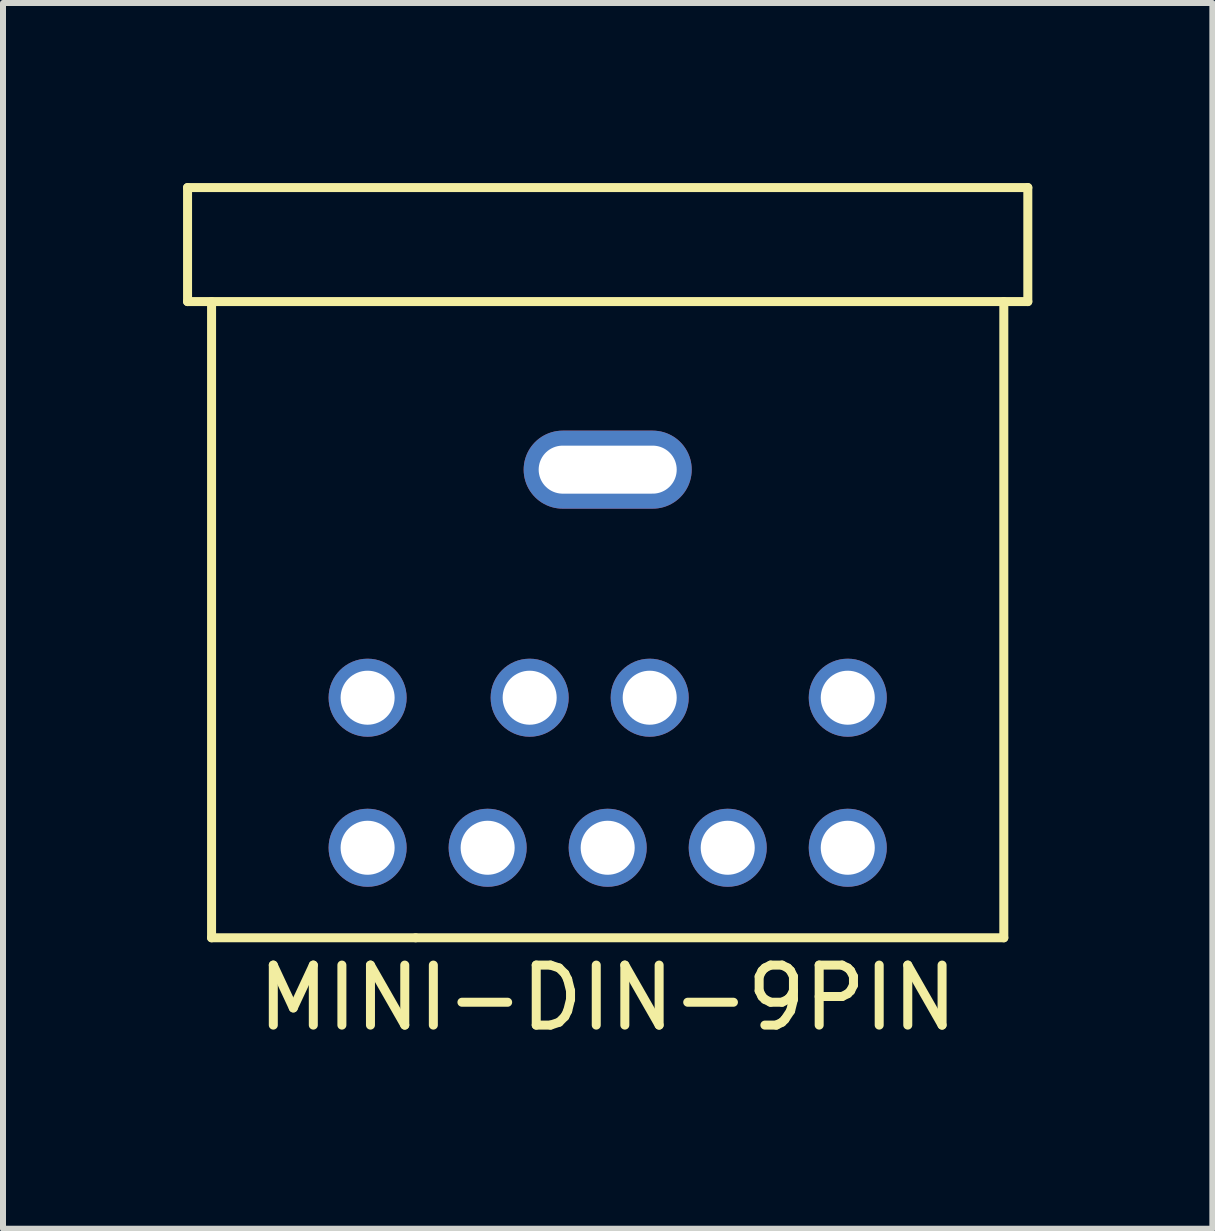
<source format=kicad_pcb>
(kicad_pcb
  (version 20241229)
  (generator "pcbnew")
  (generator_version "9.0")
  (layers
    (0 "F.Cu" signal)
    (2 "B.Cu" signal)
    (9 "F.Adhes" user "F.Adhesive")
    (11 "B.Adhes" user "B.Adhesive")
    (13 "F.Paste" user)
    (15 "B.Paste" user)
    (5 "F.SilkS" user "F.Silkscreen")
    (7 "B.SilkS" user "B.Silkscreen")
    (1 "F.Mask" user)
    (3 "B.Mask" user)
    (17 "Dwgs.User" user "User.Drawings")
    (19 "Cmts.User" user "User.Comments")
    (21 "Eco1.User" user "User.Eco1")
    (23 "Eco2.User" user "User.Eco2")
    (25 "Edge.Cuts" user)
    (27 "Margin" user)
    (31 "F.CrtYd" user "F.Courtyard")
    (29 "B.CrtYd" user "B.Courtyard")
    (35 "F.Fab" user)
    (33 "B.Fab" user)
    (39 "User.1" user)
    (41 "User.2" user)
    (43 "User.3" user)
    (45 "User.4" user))
  (footprint "MINI-DIN-9PIN"
    (layer "F.Cu")
    (at 7.075 11.075)
    (property "Reference" "MINI-DIN-9PIN" (at 0 2.5 0) (layer "F.SilkS") (effects (font (size 1 1) (thickness 0.15))))
    (attr through_hole)
    (fp_line (start -7 -11) (end 7 -11) (stroke (width 0.15) (type solid)) (layer "F.SilkS"))
    (fp_line (start -7 -9.1) (end -7 -11) (stroke (width 0.15) (type solid)) (layer "F.SilkS"))
    (fp_line (start -7 -9.1) (end 7 -9.1) (stroke (width 0.15) (type solid)) (layer "F.SilkS"))
    (fp_line (start -6.6 -9.1) (end -6.6 1.5) (stroke (width 0.15) (type solid)) (layer "F.SilkS"))
    (fp_line (start -3.2 1.5) (end -6.6 1.5) (stroke (width 0.15) (type solid)) (layer "F.SilkS"))
    (fp_line (start 6.6 -9.1) (end 6.6 1.5) (stroke (width 0.15) (type solid)) (layer "F.SilkS"))
    (fp_line (start 6.6 1.5) (end -3.2 1.5) (stroke (width 0.15) (type solid)) (layer "F.SilkS"))
    (fp_line (start 7 -9.1) (end 7 -11) (stroke (width 0.15) (type solid)) (layer "F.SilkS"))
    (pad "1" thru_hole circle (at -1.3 -2.5) (size 1.3 1.3) (drill 0.9) (layers "*.Cu" "*.Mask"))
    (pad "2" thru_hole circle (at 0.7 -2.5) (size 1.3 1.3) (drill 0.9) (layers "*.Cu" "*.Mask"))
    (pad "3" thru_hole circle (at -4 -2.5) (size 1.3 1.3) (drill 0.9) (layers "*.Cu" "*.Mask"))
    (pad "4" thru_hole circle (at -2 0) (size 1.3 1.3) (drill 0.9) (layers "*.Cu" "*.Mask"))
    (pad "5" thru_hole circle (at 0 0) (size 1.3 1.3) (drill 0.9) (layers "*.Cu" "*.Mask"))
    (pad "6" thru_hole circle (at 4 -2.5) (size 1.3 1.3) (drill 0.9) (layers "*.Cu" "*.Mask"))
    (pad "7" thru_hole circle (at -4 0) (size 1.3 1.3) (drill 0.9) (layers "*.Cu" "*.Mask"))
    (pad "8" thru_hole circle (at 2 0) (size 1.3 1.3) (drill 0.9) (layers "*.Cu" "*.Mask"))
    (pad "9" thru_hole circle (at 4 0) (size 1.3 1.3) (drill 0.9) (layers "*.Cu" "*.Mask"))
    (pad "SH" thru_hole oval (at 0 -6.3) (size 2.8 1.3) (drill oval 2.3 0.8) (layers "*.Cu" "*.Mask")))
  (gr_rect
    (start -3 -3)
    (end 17.15 17.423)
    (stroke (width 0.1) (type default))
    (fill no)
    (layer "Edge.Cuts")))
</source>
